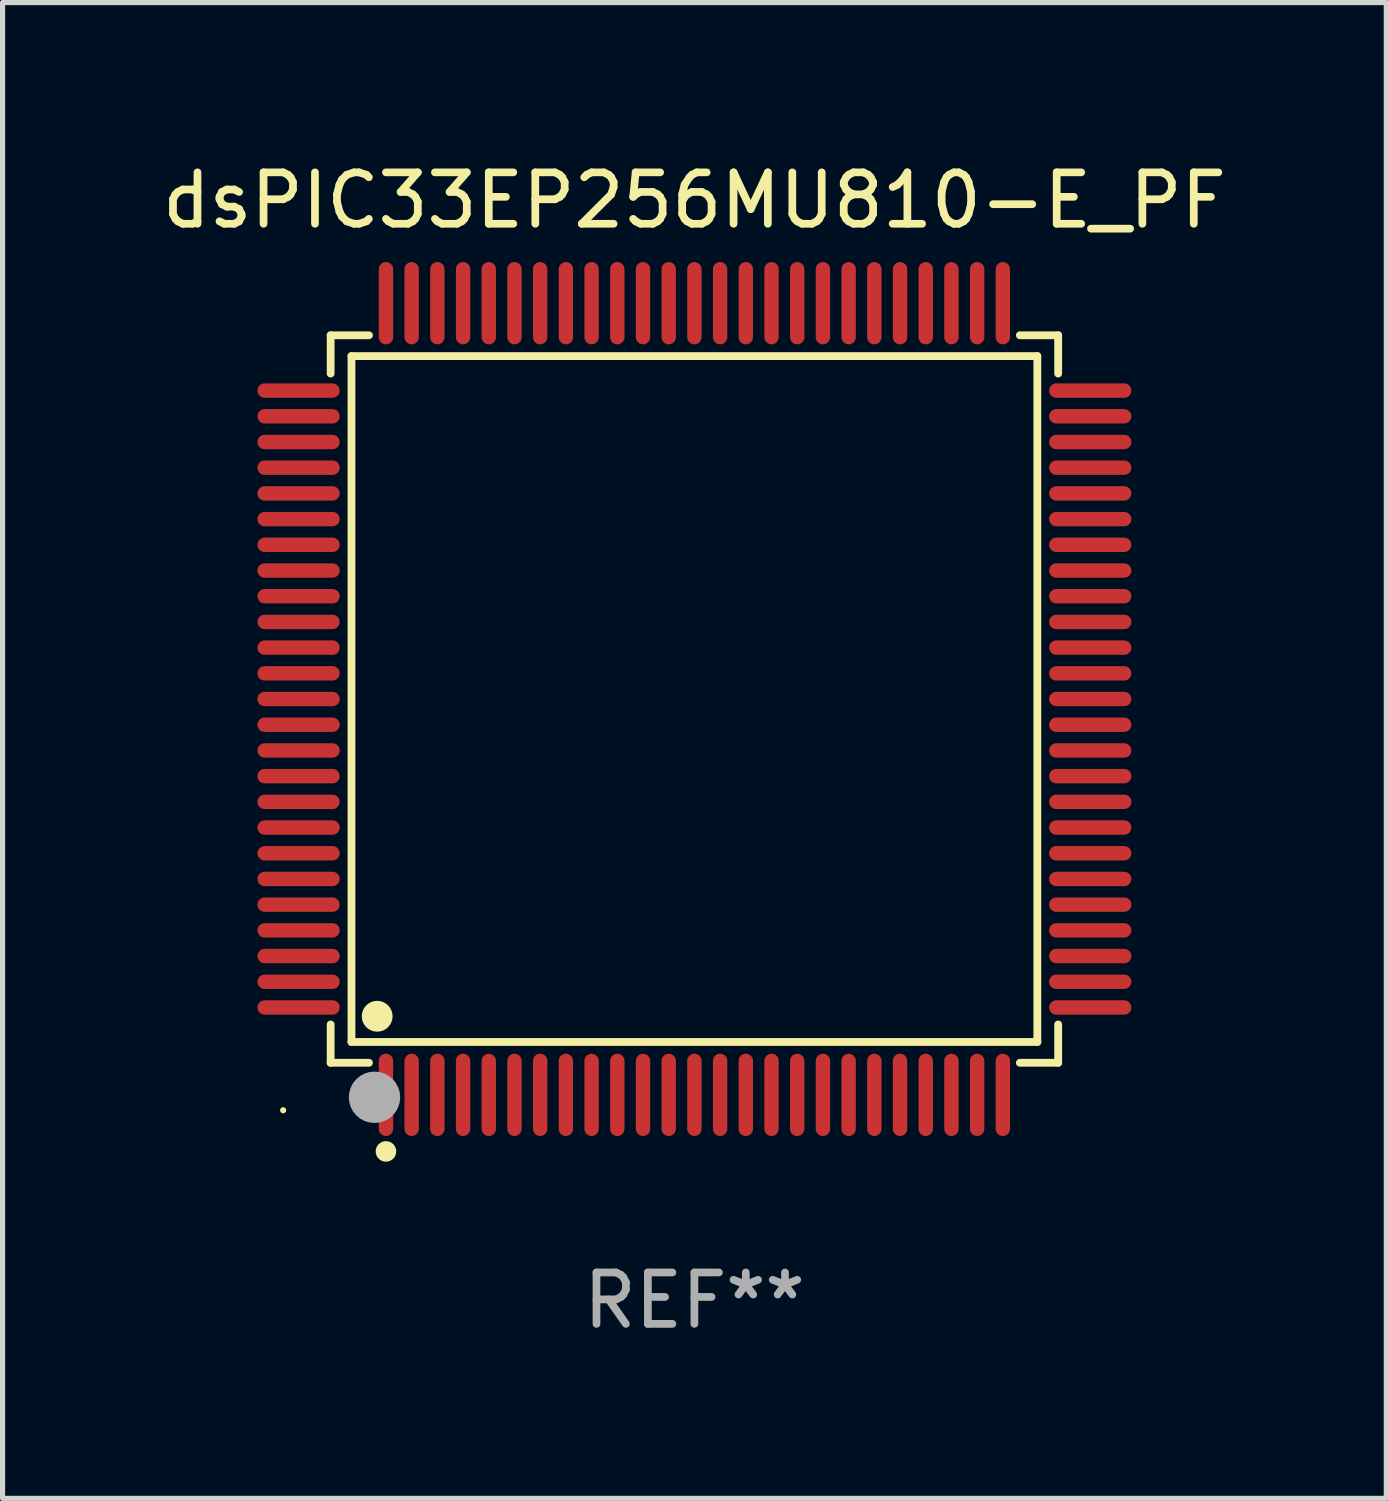
<source format=kicad_pcb>
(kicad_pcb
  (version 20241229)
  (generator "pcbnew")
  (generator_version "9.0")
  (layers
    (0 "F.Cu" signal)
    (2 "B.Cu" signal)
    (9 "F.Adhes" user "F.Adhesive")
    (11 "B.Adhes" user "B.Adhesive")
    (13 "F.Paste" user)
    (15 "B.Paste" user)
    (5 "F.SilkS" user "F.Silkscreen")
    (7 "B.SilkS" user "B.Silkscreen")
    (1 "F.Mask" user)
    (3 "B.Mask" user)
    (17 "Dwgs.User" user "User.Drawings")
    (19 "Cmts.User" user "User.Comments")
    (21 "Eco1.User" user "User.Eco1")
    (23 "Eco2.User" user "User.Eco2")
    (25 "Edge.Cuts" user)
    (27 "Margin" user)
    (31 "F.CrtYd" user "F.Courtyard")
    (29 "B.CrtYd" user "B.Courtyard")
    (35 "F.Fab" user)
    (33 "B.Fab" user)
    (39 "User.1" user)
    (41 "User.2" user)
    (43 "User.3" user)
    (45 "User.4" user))
  (footprint "dsPIC33EP256MU810-E_PF"
    (layer "F.Cu")
    (at 10.458 10.548)
    (property "Reference" "dsPIC33EP256MU810-E_PF" (at 0 -9.7 0) (layer "F.SilkS") (effects (font (size 1 1) (thickness 0.15))))
    (attr through_hole)
    (fp_line (start -7.076 -7.076) (end -6.331 -7.076) (stroke (width 0.152) (type solid)) (layer "F.SilkS"))
    (fp_line (start -7.076 -6.331) (end -7.076 -7.076) (stroke (width 0.152) (type solid)) (layer "F.SilkS"))
    (fp_line (start -7.076 6.331) (end -7.076 7.076) (stroke (width 0.152) (type solid)) (layer "F.SilkS"))
    (fp_line (start -7.076 7.076) (end -6.331 7.076) (stroke (width 0.152) (type solid)) (layer "F.SilkS"))
    (fp_line (start -6.671 -6.671) (end 6.671 -6.671) (stroke (width 0.152) (type solid)) (layer "F.SilkS"))
    (fp_line (start -6.671 6.671) (end -6.671 -6.671) (stroke (width 0.152) (type solid)) (layer "F.SilkS"))
    (fp_line (start 6.671 -6.671) (end 6.671 6.671) (stroke (width 0.152) (type solid)) (layer "F.SilkS"))
    (fp_line (start 6.671 6.671) (end -6.671 6.671) (stroke (width 0.152) (type solid)) (layer "F.SilkS"))
    (fp_line (start 7.076 -7.076) (end 6.331 -7.076) (stroke (width 0.152) (type solid)) (layer "F.SilkS"))
    (fp_line (start 7.076 -6.331) (end 7.076 -7.076) (stroke (width 0.152) (type solid)) (layer "F.SilkS"))
    (fp_line (start 7.076 6.331) (end 7.076 7.076) (stroke (width 0.152) (type solid)) (layer "F.SilkS"))
    (fp_line (start 7.076 7.076) (end 6.331 7.076) (stroke (width 0.152) (type solid)) (layer "F.SilkS"))
    (fp_circle (center -8 8) (end -7.97 8) (stroke (width 0.06) (type solid)) (fill no) (layer "F.SilkS"))
    (fp_circle (center -6.171 6.171) (end -6.021 6.171) (stroke (width 0.3) (type solid)) (fill no) (layer "F.SilkS"))
    (fp_circle (center -6 8.8) (end -5.9 8.8) (stroke (width 0.2) (type solid)) (fill no) (layer "F.SilkS"))
    (fp_circle (center -6.223 7.747) (end -5.973 7.747) (stroke (width 0.5) (type solid)) (fill no) (layer "F.Fab"))
    (fp_text user "REF**" (at 0 11.7 0) (layer "F.Fab") (effects (font (size 1 1) (thickness 0.15))))
    (pad "1" smd oval (at -6 7.7) (size 0.28 1.6) (layers "F.Cu" "F.Mask" "F.Paste"))
    (pad "2" smd oval (at -5.5 7.7) (size 0.28 1.6) (layers "F.Cu" "F.Mask" "F.Paste"))
    (pad "3" smd oval (at -5 7.7) (size 0.28 1.6) (layers "F.Cu" "F.Mask" "F.Paste"))
    (pad "4" smd oval (at -4.5 7.7) (size 0.28 1.6) (layers "F.Cu" "F.Mask" "F.Paste"))
    (pad "5" smd oval (at -4 7.7) (size 0.28 1.6) (layers "F.Cu" "F.Mask" "F.Paste"))
    (pad "6" smd oval (at -3.5 7.7) (size 0.28 1.6) (layers "F.Cu" "F.Mask" "F.Paste"))
    (pad "7" smd oval (at -3 7.7) (size 0.28 1.6) (layers "F.Cu" "F.Mask" "F.Paste"))
    (pad "8" smd oval (at -2.5 7.7) (size 0.28 1.6) (layers "F.Cu" "F.Mask" "F.Paste"))
    (pad "9" smd oval (at -2 7.7) (size 0.28 1.6) (layers "F.Cu" "F.Mask" "F.Paste"))
    (pad "10" smd oval (at -1.5 7.7) (size 0.28 1.6) (layers "F.Cu" "F.Mask" "F.Paste"))
    (pad "11" smd oval (at -1 7.7) (size 0.28 1.6) (layers "F.Cu" "F.Mask" "F.Paste"))
    (pad "12" smd oval (at -0.5 7.7) (size 0.28 1.6) (layers "F.Cu" "F.Mask" "F.Paste"))
    (pad "13" smd oval (at 0 7.7) (size 0.28 1.6) (layers "F.Cu" "F.Mask" "F.Paste"))
    (pad "14" smd oval (at 0.5 7.7) (size 0.28 1.6) (layers "F.Cu" "F.Mask" "F.Paste"))
    (pad "15" smd oval (at 1 7.7) (size 0.28 1.6) (layers "F.Cu" "F.Mask" "F.Paste"))
    (pad "16" smd oval (at 1.5 7.7) (size 0.28 1.6) (layers "F.Cu" "F.Mask" "F.Paste"))
    (pad "17" smd oval (at 2 7.7) (size 0.28 1.6) (layers "F.Cu" "F.Mask" "F.Paste"))
    (pad "18" smd oval (at 2.5 7.7) (size 0.28 1.6) (layers "F.Cu" "F.Mask" "F.Paste"))
    (pad "19" smd oval (at 3 7.7) (size 0.28 1.6) (layers "F.Cu" "F.Mask" "F.Paste"))
    (pad "20" smd oval (at 3.5 7.7) (size 0.28 1.6) (layers "F.Cu" "F.Mask" "F.Paste"))
    (pad "21" smd oval (at 4 7.7) (size 0.28 1.6) (layers "F.Cu" "F.Mask" "F.Paste"))
    (pad "22" smd oval (at 4.5 7.7) (size 0.28 1.6) (layers "F.Cu" "F.Mask" "F.Paste"))
    (pad "23" smd oval (at 5 7.7) (size 0.28 1.6) (layers "F.Cu" "F.Mask" "F.Paste"))
    (pad "24" smd oval (at 5.5 7.7) (size 0.28 1.6) (layers "F.Cu" "F.Mask" "F.Paste"))
    (pad "25" smd oval (at 6 7.7) (size 0.28 1.6) (layers "F.Cu" "F.Mask" "F.Paste"))
    (pad "26" smd oval (at 7.7 6) (size 1.6 0.28) (layers "F.Cu" "F.Mask" "F.Paste"))
    (pad "27" smd oval (at 7.7 5.5) (size 1.6 0.28) (layers "F.Cu" "F.Mask" "F.Paste"))
    (pad "28" smd oval (at 7.7 5) (size 1.6 0.28) (layers "F.Cu" "F.Mask" "F.Paste"))
    (pad "29" smd oval (at 7.7 4.5) (size 1.6 0.28) (layers "F.Cu" "F.Mask" "F.Paste"))
    (pad "30" smd oval (at 7.7 4) (size 1.6 0.28) (layers "F.Cu" "F.Mask" "F.Paste"))
    (pad "31" smd oval (at 7.7 3.5) (size 1.6 0.28) (layers "F.Cu" "F.Mask" "F.Paste"))
    (pad "32" smd oval (at 7.7 3) (size 1.6 0.28) (layers "F.Cu" "F.Mask" "F.Paste"))
    (pad "33" smd oval (at 7.7 2.5) (size 1.6 0.28) (layers "F.Cu" "F.Mask" "F.Paste"))
    (pad "34" smd oval (at 7.7 2) (size 1.6 0.28) (layers "F.Cu" "F.Mask" "F.Paste"))
    (pad "35" smd oval (at 7.7 1.5) (size 1.6 0.28) (layers "F.Cu" "F.Mask" "F.Paste"))
    (pad "36" smd oval (at 7.7 1) (size 1.6 0.28) (layers "F.Cu" "F.Mask" "F.Paste"))
    (pad "37" smd oval (at 7.7 0.5) (size 1.6 0.28) (layers "F.Cu" "F.Mask" "F.Paste"))
    (pad "38" smd oval (at 7.7 0) (size 1.6 0.28) (layers "F.Cu" "F.Mask" "F.Paste"))
    (pad "39" smd oval (at 7.7 -0.5) (size 1.6 0.28) (layers "F.Cu" "F.Mask" "F.Paste"))
    (pad "40" smd oval (at 7.7 -1) (size 1.6 0.28) (layers "F.Cu" "F.Mask" "F.Paste"))
    (pad "41" smd oval (at 7.7 -1.5) (size 1.6 0.28) (layers "F.Cu" "F.Mask" "F.Paste"))
    (pad "42" smd oval (at 7.7 -2) (size 1.6 0.28) (layers "F.Cu" "F.Mask" "F.Paste"))
    (pad "43" smd oval (at 7.7 -2.5) (size 1.6 0.28) (layers "F.Cu" "F.Mask" "F.Paste"))
    (pad "44" smd oval (at 7.7 -3) (size 1.6 0.28) (layers "F.Cu" "F.Mask" "F.Paste"))
    (pad "45" smd oval (at 7.7 -3.5) (size 1.6 0.28) (layers "F.Cu" "F.Mask" "F.Paste"))
    (pad "46" smd oval (at 7.7 -4) (size 1.6 0.28) (layers "F.Cu" "F.Mask" "F.Paste"))
    (pad "47" smd oval (at 7.7 -4.5) (size 1.6 0.28) (layers "F.Cu" "F.Mask" "F.Paste"))
    (pad "48" smd oval (at 7.7 -5) (size 1.6 0.28) (layers "F.Cu" "F.Mask" "F.Paste"))
    (pad "49" smd oval (at 7.7 -5.5) (size 1.6 0.28) (layers "F.Cu" "F.Mask" "F.Paste"))
    (pad "50" smd oval (at 7.7 -6) (size 1.6 0.28) (layers "F.Cu" "F.Mask" "F.Paste"))
    (pad "51" smd oval (at 6 -7.7) (size 0.28 1.6) (layers "F.Cu" "F.Mask" "F.Paste"))
    (pad "52" smd oval (at 5.5 -7.7) (size 0.28 1.6) (layers "F.Cu" "F.Mask" "F.Paste"))
    (pad "53" smd oval (at 5 -7.7) (size 0.28 1.6) (layers "F.Cu" "F.Mask" "F.Paste"))
    (pad "54" smd oval (at 4.5 -7.7) (size 0.28 1.6) (layers "F.Cu" "F.Mask" "F.Paste"))
    (pad "55" smd oval (at 4 -7.7) (size 0.28 1.6) (layers "F.Cu" "F.Mask" "F.Paste"))
    (pad "56" smd oval (at 3.5 -7.7) (size 0.28 1.6) (layers "F.Cu" "F.Mask" "F.Paste"))
    (pad "57" smd oval (at 3 -7.7) (size 0.28 1.6) (layers "F.Cu" "F.Mask" "F.Paste"))
    (pad "58" smd oval (at 2.5 -7.7) (size 0.28 1.6) (layers "F.Cu" "F.Mask" "F.Paste"))
    (pad "59" smd oval (at 2 -7.7) (size 0.28 1.6) (layers "F.Cu" "F.Mask" "F.Paste"))
    (pad "60" smd oval (at 1.5 -7.7) (size 0.28 1.6) (layers "F.Cu" "F.Mask" "F.Paste"))
    (pad "61" smd oval (at 1 -7.7) (size 0.28 1.6) (layers "F.Cu" "F.Mask" "F.Paste"))
    (pad "62" smd oval (at 0.5 -7.7) (size 0.28 1.6) (layers "F.Cu" "F.Mask" "F.Paste"))
    (pad "63" smd oval (at 0 -7.7) (size 0.28 1.6) (layers "F.Cu" "F.Mask" "F.Paste"))
    (pad "64" smd oval (at -0.5 -7.7) (size 0.28 1.6) (layers "F.Cu" "F.Mask" "F.Paste"))
    (pad "65" smd oval (at -1 -7.7) (size 0.28 1.6) (layers "F.Cu" "F.Mask" "F.Paste"))
    (pad "66" smd oval (at -1.5 -7.7) (size 0.28 1.6) (layers "F.Cu" "F.Mask" "F.Paste"))
    (pad "67" smd oval (at -2 -7.7) (size 0.28 1.6) (layers "F.Cu" "F.Mask" "F.Paste"))
    (pad "68" smd oval (at -2.5 -7.7) (size 0.28 1.6) (layers "F.Cu" "F.Mask" "F.Paste"))
    (pad "69" smd oval (at -3 -7.7) (size 0.28 1.6) (layers "F.Cu" "F.Mask" "F.Paste"))
    (pad "70" smd oval (at -3.5 -7.7) (size 0.28 1.6) (layers "F.Cu" "F.Mask" "F.Paste"))
    (pad "71" smd oval (at -4 -7.7) (size 0.28 1.6) (layers "F.Cu" "F.Mask" "F.Paste"))
    (pad "72" smd oval (at -4.5 -7.7) (size 0.28 1.6) (layers "F.Cu" "F.Mask" "F.Paste"))
    (pad "73" smd oval (at -5 -7.7) (size 0.28 1.6) (layers "F.Cu" "F.Mask" "F.Paste"))
    (pad "74" smd oval (at -5.5 -7.7) (size 0.28 1.6) (layers "F.Cu" "F.Mask" "F.Paste"))
    (pad "75" smd oval (at -6 -7.7) (size 0.28 1.6) (layers "F.Cu" "F.Mask" "F.Paste"))
    (pad "76" smd oval (at -7.7 -6) (size 1.6 0.28) (layers "F.Cu" "F.Mask" "F.Paste"))
    (pad "77" smd oval (at -7.7 -5.5) (size 1.6 0.28) (layers "F.Cu" "F.Mask" "F.Paste"))
    (pad "78" smd oval (at -7.7 -5) (size 1.6 0.28) (layers "F.Cu" "F.Mask" "F.Paste"))
    (pad "79" smd oval (at -7.7 -4.5) (size 1.6 0.28) (layers "F.Cu" "F.Mask" "F.Paste"))
    (pad "80" smd oval (at -7.7 -4) (size 1.6 0.28) (layers "F.Cu" "F.Mask" "F.Paste"))
    (pad "81" smd oval (at -7.7 -3.5) (size 1.6 0.28) (layers "F.Cu" "F.Mask" "F.Paste"))
    (pad "82" smd oval (at -7.7 -3) (size 1.6 0.28) (layers "F.Cu" "F.Mask" "F.Paste"))
    (pad "83" smd oval (at -7.7 -2.5) (size 1.6 0.28) (layers "F.Cu" "F.Mask" "F.Paste"))
    (pad "84" smd oval (at -7.7 -2) (size 1.6 0.28) (layers "F.Cu" "F.Mask" "F.Paste"))
    (pad "85" smd oval (at -7.7 -1.5) (size 1.6 0.28) (layers "F.Cu" "F.Mask" "F.Paste"))
    (pad "86" smd oval (at -7.7 -1) (size 1.6 0.28) (layers "F.Cu" "F.Mask" "F.Paste"))
    (pad "87" smd oval (at -7.7 -0.5) (size 1.6 0.28) (layers "F.Cu" "F.Mask" "F.Paste"))
    (pad "88" smd oval (at -7.7 0) (size 1.6 0.28) (layers "F.Cu" "F.Mask" "F.Paste"))
    (pad "89" smd oval (at -7.7 0.5) (size 1.6 0.28) (layers "F.Cu" "F.Mask" "F.Paste"))
    (pad "90" smd oval (at -7.7 1) (size 1.6 0.28) (layers "F.Cu" "F.Mask" "F.Paste"))
    (pad "91" smd oval (at -7.7 1.5) (size 1.6 0.28) (layers "F.Cu" "F.Mask" "F.Paste"))
    (pad "92" smd oval (at -7.7 2) (size 1.6 0.28) (layers "F.Cu" "F.Mask" "F.Paste"))
    (pad "93" smd oval (at -7.7 2.5) (size 1.6 0.28) (layers "F.Cu" "F.Mask" "F.Paste"))
    (pad "94" smd oval (at -7.7 3) (size 1.6 0.28) (layers "F.Cu" "F.Mask" "F.Paste"))
    (pad "95" smd oval (at -7.7 3.5) (size 1.6 0.28) (layers "F.Cu" "F.Mask" "F.Paste"))
    (pad "96" smd oval (at -7.7 4) (size 1.6 0.28) (layers "F.Cu" "F.Mask" "F.Paste"))
    (pad "97" smd oval (at -7.7 4.5) (size 1.6 0.28) (layers "F.Cu" "F.Mask" "F.Paste"))
    (pad "98" smd oval (at -7.7 5) (size 1.6 0.28) (layers "F.Cu" "F.Mask" "F.Paste"))
    (pad "99" smd oval (at -7.7 5.5) (size 1.6 0.28) (layers "F.Cu" "F.Mask" "F.Paste"))
    (pad "100" smd oval (at -7.7 6) (size 1.6 0.28) (layers "F.Cu" "F.Mask" "F.Paste")))
  (gr_rect
    (start -3 -3)
    (end 23.917 26.097)
    (stroke (width 0.1) (type default))
    (fill no)
    (layer "Edge.Cuts")))
</source>
